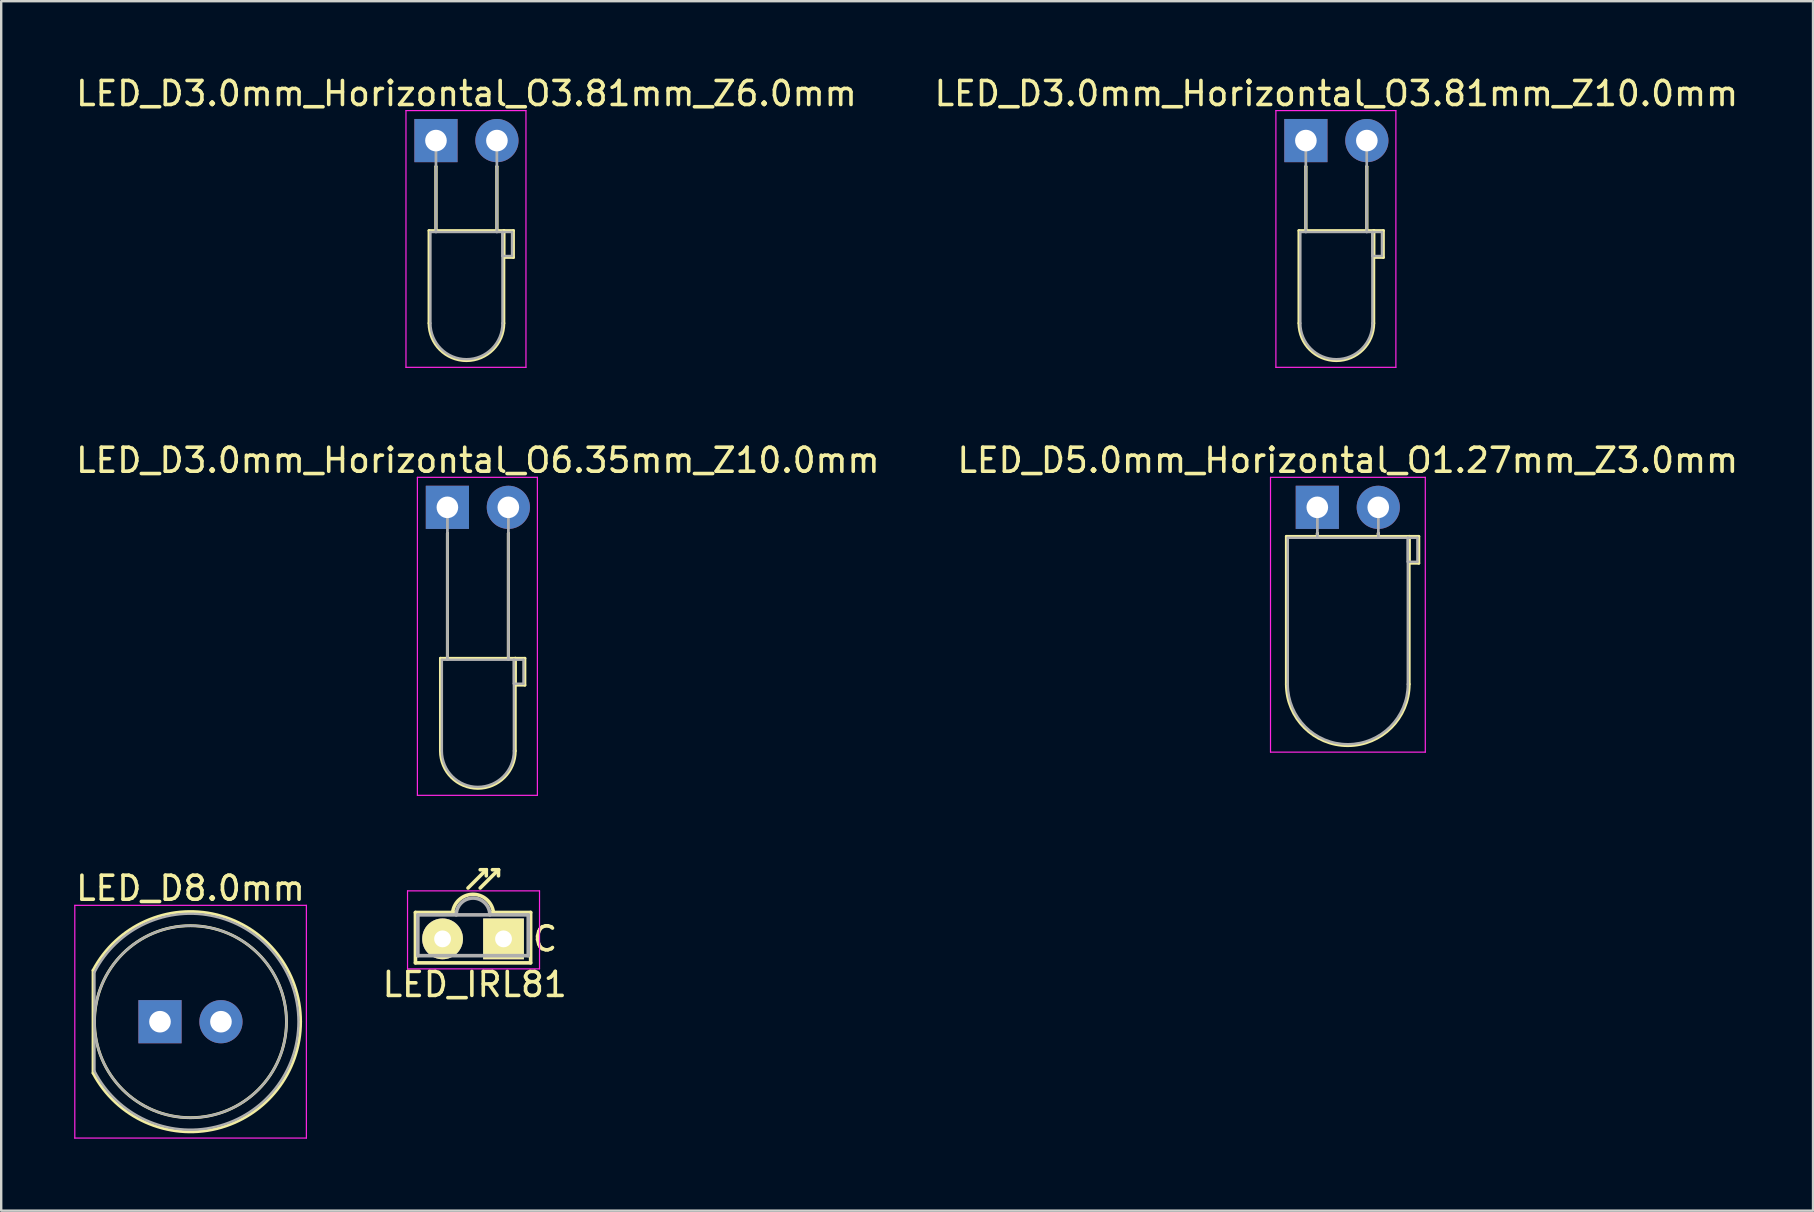
<source format=kicad_pcb>
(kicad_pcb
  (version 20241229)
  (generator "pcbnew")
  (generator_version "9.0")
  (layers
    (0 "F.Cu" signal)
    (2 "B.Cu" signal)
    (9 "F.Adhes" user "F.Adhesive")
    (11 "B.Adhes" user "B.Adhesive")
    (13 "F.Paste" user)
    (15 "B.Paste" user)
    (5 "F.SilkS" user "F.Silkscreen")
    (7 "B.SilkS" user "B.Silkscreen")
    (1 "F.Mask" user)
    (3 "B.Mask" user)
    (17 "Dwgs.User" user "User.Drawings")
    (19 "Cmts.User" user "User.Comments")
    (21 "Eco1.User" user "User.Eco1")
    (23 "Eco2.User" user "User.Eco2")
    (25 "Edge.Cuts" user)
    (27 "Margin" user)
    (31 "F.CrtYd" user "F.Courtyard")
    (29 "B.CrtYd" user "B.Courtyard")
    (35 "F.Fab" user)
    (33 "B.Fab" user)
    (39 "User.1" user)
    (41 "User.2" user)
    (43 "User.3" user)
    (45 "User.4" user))
  (footprint "LED_D3.0mm_Horizontal_O3.81mm_Z10.0mm"
    (layer "F.Cu")
    (at 51.367 2.808)
    (property "Reference" "LED_D3.0mm_Horizontal_O3.81mm_Z10.0mm" (at 1.27 -1.96 0) (layer "F.SilkS") (effects (font (size 1 1) (thickness 0.15))))
    (attr through_hole)
    (fp_line (start -0.29 3.75) (end -0.29 7.61) (stroke (width 0.12) (type solid)) (layer "F.SilkS"))
    (fp_line (start -0.29 3.75) (end 2.83 3.75) (stroke (width 0.12) (type solid)) (layer "F.SilkS"))
    (fp_line (start 0 1.08) (end 0 1.08) (stroke (width 0.12) (type solid)) (layer "F.SilkS"))
    (fp_line (start 0 1.08) (end 0 3.75) (stroke (width 0.12) (type solid)) (layer "F.SilkS"))
    (fp_line (start 0 3.75) (end 0 1.08) (stroke (width 0.12) (type solid)) (layer "F.SilkS"))
    (fp_line (start 0 3.75) (end 0 3.75) (stroke (width 0.12) (type solid)) (layer "F.SilkS"))
    (fp_line (start 2.54 1.08) (end 2.54 1.08) (stroke (width 0.12) (type solid)) (layer "F.SilkS"))
    (fp_line (start 2.54 1.08) (end 2.54 3.75) (stroke (width 0.12) (type solid)) (layer "F.SilkS"))
    (fp_line (start 2.54 3.75) (end 2.54 1.08) (stroke (width 0.12) (type solid)) (layer "F.SilkS"))
    (fp_line (start 2.54 3.75) (end 2.54 3.75) (stroke (width 0.12) (type solid)) (layer "F.SilkS"))
    (fp_line (start 2.83 3.75) (end 2.83 7.61) (stroke (width 0.12) (type solid)) (layer "F.SilkS"))
    (fp_line (start 2.83 3.75) (end 3.23 3.75) (stroke (width 0.12) (type solid)) (layer "F.SilkS"))
    (fp_line (start 2.83 4.87) (end 2.83 3.75) (stroke (width 0.12) (type solid)) (layer "F.SilkS"))
    (fp_line (start 3.23 3.75) (end 3.23 4.87) (stroke (width 0.12) (type solid)) (layer "F.SilkS"))
    (fp_line (start 3.23 4.87) (end 2.83 4.87) (stroke (width 0.12) (type solid)) (layer "F.SilkS"))
    (fp_arc (start 2.83 7.61) (mid 1.27 9.17) (end -0.29 7.61) (stroke (width 0.12) (type solid)) (layer "F.SilkS"))
    (fp_line (start -1.25 -1.25) (end -1.25 9.45) (stroke (width 0.05) (type solid)) (layer "F.CrtYd"))
    (fp_line (start -1.25 9.45) (end 3.75 9.45) (stroke (width 0.05) (type solid)) (layer "F.CrtYd"))
    (fp_line (start 3.75 -1.25) (end -1.25 -1.25) (stroke (width 0.05) (type solid)) (layer "F.CrtYd"))
    (fp_line (start 3.75 9.45) (end 3.75 -1.25) (stroke (width 0.05) (type solid)) (layer "F.CrtYd"))
    (fp_line (start -0.23 3.81) (end -0.23 7.61) (stroke (width 0.1) (type solid)) (layer "F.Fab"))
    (fp_line (start -0.23 3.81) (end 2.77 3.81) (stroke (width 0.1) (type solid)) (layer "F.Fab"))
    (fp_line (start 0 0) (end 0 0) (stroke (width 0.1) (type solid)) (layer "F.Fab"))
    (fp_line (start 0 0) (end 0 3.81) (stroke (width 0.1) (type solid)) (layer "F.Fab"))
    (fp_line (start 0 3.81) (end 0 0) (stroke (width 0.1) (type solid)) (layer "F.Fab"))
    (fp_line (start 0 3.81) (end 0 3.81) (stroke (width 0.1) (type solid)) (layer "F.Fab"))
    (fp_line (start 2.54 0) (end 2.54 0) (stroke (width 0.1) (type solid)) (layer "F.Fab"))
    (fp_line (start 2.54 0) (end 2.54 3.81) (stroke (width 0.1) (type solid)) (layer "F.Fab"))
    (fp_line (start 2.54 3.81) (end 2.54 0) (stroke (width 0.1) (type solid)) (layer "F.Fab"))
    (fp_line (start 2.54 3.81) (end 2.54 3.81) (stroke (width 0.1) (type solid)) (layer "F.Fab"))
    (fp_line (start 2.77 3.81) (end 2.77 7.61) (stroke (width 0.1) (type solid)) (layer "F.Fab"))
    (fp_line (start 2.77 3.81) (end 3.17 3.81) (stroke (width 0.1) (type solid)) (layer "F.Fab"))
    (fp_line (start 2.77 4.81) (end 2.77 3.81) (stroke (width 0.1) (type solid)) (layer "F.Fab"))
    (fp_line (start 3.17 3.81) (end 3.17 4.81) (stroke (width 0.1) (type solid)) (layer "F.Fab"))
    (fp_line (start 3.17 4.81) (end 2.77 4.81) (stroke (width 0.1) (type solid)) (layer "F.Fab"))
    (fp_arc (start 2.77 7.61) (mid 1.27 9.11) (end -0.23 7.61) (stroke (width 0.1) (type solid)) (layer "F.Fab"))
    (pad "1" thru_hole rect (at 0 0) (size 1.8 1.8) (drill 0.9) (layers "*.Cu" "*.Mask"))
    (pad "2" thru_hole circle (at 2.54 0) (size 1.8 1.8) (drill 0.9) (layers "*.Cu" "*.Mask")))
  (footprint "LED_IRL81"
    (layer "F.Cu")
    (at 17.932 36.073)
    (property "Reference" "LED_IRL81" (at -1.2 1.9 0) (layer "F.SilkS") (effects (font (size 1 1) (thickness 0.15))))
    (attr through_hole)
    (fp_line (start -3.67 -1.1) (end -3.67 1) (stroke (width 0.15) (type solid)) (layer "F.SilkS"))
    (fp_line (start -3.67 -1.1) (end -2.07 -1.1) (stroke (width 0.15) (type solid)) (layer "F.SilkS"))
    (fp_line (start -3.67 1) (end 1.13 1) (stroke (width 0.15) (type solid)) (layer "F.SilkS"))
    (fp_line (start -1.48 -2.119) (end -0.718 -2.881) (stroke (width 0.15) (type solid)) (layer "F.SilkS"))
    (fp_line (start -0.972 -2.119) (end -0.21 -2.881) (stroke (width 0.15) (type solid)) (layer "F.SilkS"))
    (fp_line (start -0.718 -2.881) (end -0.972 -2.881) (stroke (width 0.15) (type solid)) (layer "F.SilkS"))
    (fp_line (start -0.718 -2.881) (end -0.718 -2.627) (stroke (width 0.15) (type solid)) (layer "F.SilkS"))
    (fp_line (start -0.21 -2.881) (end -0.464 -2.881) (stroke (width 0.15) (type solid)) (layer "F.SilkS"))
    (fp_line (start -0.21 -2.881) (end -0.21 -2.627) (stroke (width 0.15) (type solid)) (layer "F.SilkS"))
    (fp_line (start 1.13 -1.1) (end -0.47 -1.1) (stroke (width 0.15) (type solid)) (layer "F.SilkS"))
    (fp_line (start 1.13 1) (end 1.13 -1.1) (stroke (width 0.15) (type solid)) (layer "F.SilkS"))
    (fp_arc (start -2.12 -1.1) (mid -1.281803 -1.855781) (end -0.423081 -1.123404) (stroke (width 0.15) (type solid)) (layer "F.SilkS"))
    (fp_line (start -4 -2) (end 1.5 -2) (stroke (width 0.05) (type solid)) (layer "F.CrtYd"))
    (fp_line (start -4 1.25) (end -4 -2) (stroke (width 0.05) (type solid)) (layer "F.CrtYd"))
    (fp_line (start 1.5 -2) (end 1.5 1.25) (stroke (width 0.05) (type solid)) (layer "F.CrtYd"))
    (fp_line (start 1.5 1.25) (end -4 1.25) (stroke (width 0.05) (type solid)) (layer "F.CrtYd"))
    (fp_line (start -3.57 -1) (end -3.57 0.7) (stroke (width 0.15) (type solid)) (layer "F.Fab"))
    (fp_line (start -3.57 0.7) (end 1.03 0.7) (stroke (width 0.15) (type solid)) (layer "F.Fab"))
    (fp_line (start 1.03 -1) (end -3.57 -1) (stroke (width 0.15) (type solid)) (layer "F.Fab"))
    (fp_line (start 1.03 0.7) (end 1.03 -1) (stroke (width 0.15) (type solid)) (layer "F.Fab"))
    (fp_arc (start -1.97 -1) (mid -1.27 -1.7) (end -0.57 -1) (stroke (width 0.15) (type solid)) (layer "F.Fab"))
    (fp_text user "C" (at 1.73 0 0) (layer "F.SilkS") (effects (font (size 1 1) (thickness 0.15))))
    (pad "1" thru_hole rect (at 0 0 180) (size 1.699 1.699) (drill 0.701) (layers "*.Cu" "*.Mask" "F.SilkS"))
    (pad "2" thru_hole circle (at -2.54 0 180) (size 1.699 1.699) (drill 0.701) (layers "*.Cu" "*.Mask" "F.SilkS")))
  (footprint "LED_D8.0mm"
    (layer "F.Cu")
    (at 3.617 39.525)
    (property "Reference" "LED_D8.0mm" (at 1.27 -5.56 0) (layer "F.SilkS") (effects (font (size 1 1) (thickness 0.15))))
    (attr through_hole)
    (fp_line (start -2.79 -2.142) (end -2.79 2.142) (stroke (width 0.12) (type solid)) (layer "F.SilkS"))
    (fp_arc (start -2.79 -2.141145) (mid 2.373119 -4.455472) (end 5.86 0.000486) (stroke (width 0.12) (type solid)) (layer "F.SilkS"))
    (fp_arc (start 5.86 -0.000486) (mid 2.373119 4.455472) (end -2.79 2.141145) (stroke (width 0.12) (type solid)) (layer "F.SilkS"))
    (fp_circle (center 1.27 0) (end 5.27 0) (stroke (width 0.12) (type solid)) (fill no) (layer "F.SilkS"))
    (fp_line (start -3.55 -4.85) (end -3.55 4.85) (stroke (width 0.05) (type solid)) (layer "F.CrtYd"))
    (fp_line (start -3.55 4.85) (end 6.1 4.85) (stroke (width 0.05) (type solid)) (layer "F.CrtYd"))
    (fp_line (start 6.1 -4.85) (end -3.55 -4.85) (stroke (width 0.05) (type solid)) (layer "F.CrtYd"))
    (fp_line (start 6.1 4.85) (end 6.1 -4.85) (stroke (width 0.05) (type solid)) (layer "F.CrtYd"))
    (fp_line (start -2.73 -2.062) (end -2.73 2.062) (stroke (width 0.1) (type solid)) (layer "F.Fab"))
    (fp_arc (start -2.73 -2.061553) (mid 5.77 0.00126) (end -2.731154 2.059312) (stroke (width 0.1) (type solid)) (layer "F.Fab"))
    (fp_circle (center 1.27 0) (end 5.27 0) (stroke (width 0.1) (type solid)) (fill no) (layer "F.Fab"))
    (pad "1" thru_hole rect (at 0 0) (size 1.8 1.8) (drill 0.9) (layers "*.Cu" "*.Mask"))
    (pad "2" thru_hole circle (at 2.54 0) (size 1.8 1.8) (drill 0.9) (layers "*.Cu" "*.Mask")))
  (footprint "LED_D5.0mm_Horizontal_O1.27mm_Z3.0mm"
    (layer "F.Cu")
    (at 51.843 18.091)
    (property "Reference" "LED_D5.0mm_Horizontal_O1.27mm_Z3.0mm" (at 1.27 -1.96 0) (layer "F.SilkS") (effects (font (size 1 1) (thickness 0.15))))
    (attr through_hole)
    (fp_line (start -1.29 1.21) (end -1.29 7.37) (stroke (width 0.12) (type solid)) (layer "F.SilkS"))
    (fp_line (start -1.29 1.21) (end 3.83 1.21) (stroke (width 0.12) (type solid)) (layer "F.SilkS"))
    (fp_line (start 0 1.08) (end 0 1.08) (stroke (width 0.12) (type solid)) (layer "F.SilkS"))
    (fp_line (start 0 1.08) (end 0 1.21) (stroke (width 0.12) (type solid)) (layer "F.SilkS"))
    (fp_line (start 0 1.21) (end 0 1.08) (stroke (width 0.12) (type solid)) (layer "F.SilkS"))
    (fp_line (start 0 1.21) (end 0 1.21) (stroke (width 0.12) (type solid)) (layer "F.SilkS"))
    (fp_line (start 2.54 1.08) (end 2.54 1.08) (stroke (width 0.12) (type solid)) (layer "F.SilkS"))
    (fp_line (start 2.54 1.08) (end 2.54 1.21) (stroke (width 0.12) (type solid)) (layer "F.SilkS"))
    (fp_line (start 2.54 1.21) (end 2.54 1.08) (stroke (width 0.12) (type solid)) (layer "F.SilkS"))
    (fp_line (start 2.54 1.21) (end 2.54 1.21) (stroke (width 0.12) (type solid)) (layer "F.SilkS"))
    (fp_line (start 3.83 1.21) (end 3.83 7.37) (stroke (width 0.12) (type solid)) (layer "F.SilkS"))
    (fp_line (start 3.83 1.21) (end 4.23 1.21) (stroke (width 0.12) (type solid)) (layer "F.SilkS"))
    (fp_line (start 3.83 2.33) (end 3.83 1.21) (stroke (width 0.12) (type solid)) (layer "F.SilkS"))
    (fp_line (start 4.23 1.21) (end 4.23 2.33) (stroke (width 0.12) (type solid)) (layer "F.SilkS"))
    (fp_line (start 4.23 2.33) (end 3.83 2.33) (stroke (width 0.12) (type solid)) (layer "F.SilkS"))
    (fp_arc (start 3.83 7.37) (mid 1.27 9.93) (end -1.29 7.37) (stroke (width 0.12) (type solid)) (layer "F.SilkS"))
    (fp_line (start -1.95 -1.25) (end -1.95 10.2) (stroke (width 0.05) (type solid)) (layer "F.CrtYd"))
    (fp_line (start -1.95 10.2) (end 4.5 10.2) (stroke (width 0.05) (type solid)) (layer "F.CrtYd"))
    (fp_line (start 4.5 -1.25) (end -1.95 -1.25) (stroke (width 0.05) (type solid)) (layer "F.CrtYd"))
    (fp_line (start 4.5 10.2) (end 4.5 -1.25) (stroke (width 0.05) (type solid)) (layer "F.CrtYd"))
    (fp_line (start -1.23 1.27) (end -1.23 7.37) (stroke (width 0.1) (type solid)) (layer "F.Fab"))
    (fp_line (start -1.23 1.27) (end 3.77 1.27) (stroke (width 0.1) (type solid)) (layer "F.Fab"))
    (fp_line (start 0 0) (end 0 0) (stroke (width 0.1) (type solid)) (layer "F.Fab"))
    (fp_line (start 0 0) (end 0 1.27) (stroke (width 0.1) (type solid)) (layer "F.Fab"))
    (fp_line (start 0 1.27) (end 0 0) (stroke (width 0.1) (type solid)) (layer "F.Fab"))
    (fp_line (start 0 1.27) (end 0 1.27) (stroke (width 0.1) (type solid)) (layer "F.Fab"))
    (fp_line (start 2.54 0) (end 2.54 0) (stroke (width 0.1) (type solid)) (layer "F.Fab"))
    (fp_line (start 2.54 0) (end 2.54 1.27) (stroke (width 0.1) (type solid)) (layer "F.Fab"))
    (fp_line (start 2.54 1.27) (end 2.54 0) (stroke (width 0.1) (type solid)) (layer "F.Fab"))
    (fp_line (start 2.54 1.27) (end 2.54 1.27) (stroke (width 0.1) (type solid)) (layer "F.Fab"))
    (fp_line (start 3.77 1.27) (end 3.77 7.37) (stroke (width 0.1) (type solid)) (layer "F.Fab"))
    (fp_line (start 3.77 1.27) (end 4.17 1.27) (stroke (width 0.1) (type solid)) (layer "F.Fab"))
    (fp_line (start 3.77 2.27) (end 3.77 1.27) (stroke (width 0.1) (type solid)) (layer "F.Fab"))
    (fp_line (start 4.17 1.27) (end 4.17 2.27) (stroke (width 0.1) (type solid)) (layer "F.Fab"))
    (fp_line (start 4.17 2.27) (end 3.77 2.27) (stroke (width 0.1) (type solid)) (layer "F.Fab"))
    (fp_arc (start 3.77 7.37) (mid 1.27 9.87) (end -1.23 7.37) (stroke (width 0.1) (type solid)) (layer "F.Fab"))
    (pad "1" thru_hole rect (at 0 0) (size 1.8 1.8) (drill 0.9) (layers "*.Cu" "*.Mask"))
    (pad "2" thru_hole circle (at 2.54 0) (size 1.8 1.8) (drill 0.9) (layers "*.Cu" "*.Mask")))
  (footprint "LED_D3.0mm_Horizontal_O3.81mm_Z6.0mm"
    (layer "F.Cu")
    (at 15.117 2.808)
    (property "Reference" "LED_D3.0mm_Horizontal_O3.81mm_Z6.0mm" (at 1.27 -1.96 0) (layer "F.SilkS") (effects (font (size 1 1) (thickness 0.15))))
    (attr through_hole)
    (fp_line (start -0.29 3.75) (end -0.29 7.61) (stroke (width 0.12) (type solid)) (layer "F.SilkS"))
    (fp_line (start -0.29 3.75) (end 2.83 3.75) (stroke (width 0.12) (type solid)) (layer "F.SilkS"))
    (fp_line (start 0 1.08) (end 0 1.08) (stroke (width 0.12) (type solid)) (layer "F.SilkS"))
    (fp_line (start 0 1.08) (end 0 3.75) (stroke (width 0.12) (type solid)) (layer "F.SilkS"))
    (fp_line (start 0 3.75) (end 0 1.08) (stroke (width 0.12) (type solid)) (layer "F.SilkS"))
    (fp_line (start 0 3.75) (end 0 3.75) (stroke (width 0.12) (type solid)) (layer "F.SilkS"))
    (fp_line (start 2.54 1.08) (end 2.54 1.08) (stroke (width 0.12) (type solid)) (layer "F.SilkS"))
    (fp_line (start 2.54 1.08) (end 2.54 3.75) (stroke (width 0.12) (type solid)) (layer "F.SilkS"))
    (fp_line (start 2.54 3.75) (end 2.54 1.08) (stroke (width 0.12) (type solid)) (layer "F.SilkS"))
    (fp_line (start 2.54 3.75) (end 2.54 3.75) (stroke (width 0.12) (type solid)) (layer "F.SilkS"))
    (fp_line (start 2.83 3.75) (end 2.83 7.61) (stroke (width 0.12) (type solid)) (layer "F.SilkS"))
    (fp_line (start 2.83 3.75) (end 3.23 3.75) (stroke (width 0.12) (type solid)) (layer "F.SilkS"))
    (fp_line (start 2.83 4.87) (end 2.83 3.75) (stroke (width 0.12) (type solid)) (layer "F.SilkS"))
    (fp_line (start 3.23 3.75) (end 3.23 4.87) (stroke (width 0.12) (type solid)) (layer "F.SilkS"))
    (fp_line (start 3.23 4.87) (end 2.83 4.87) (stroke (width 0.12) (type solid)) (layer "F.SilkS"))
    (fp_arc (start 2.83 7.61) (mid 1.27 9.17) (end -0.29 7.61) (stroke (width 0.12) (type solid)) (layer "F.SilkS"))
    (fp_line (start -1.25 -1.25) (end -1.25 9.45) (stroke (width 0.05) (type solid)) (layer "F.CrtYd"))
    (fp_line (start -1.25 9.45) (end 3.75 9.45) (stroke (width 0.05) (type solid)) (layer "F.CrtYd"))
    (fp_line (start 3.75 -1.25) (end -1.25 -1.25) (stroke (width 0.05) (type solid)) (layer "F.CrtYd"))
    (fp_line (start 3.75 9.45) (end 3.75 -1.25) (stroke (width 0.05) (type solid)) (layer "F.CrtYd"))
    (fp_line (start -0.23 3.81) (end -0.23 7.61) (stroke (width 0.1) (type solid)) (layer "F.Fab"))
    (fp_line (start -0.23 3.81) (end 2.77 3.81) (stroke (width 0.1) (type solid)) (layer "F.Fab"))
    (fp_line (start 0 0) (end 0 0) (stroke (width 0.1) (type solid)) (layer "F.Fab"))
    (fp_line (start 0 0) (end 0 3.81) (stroke (width 0.1) (type solid)) (layer "F.Fab"))
    (fp_line (start 0 3.81) (end 0 0) (stroke (width 0.1) (type solid)) (layer "F.Fab"))
    (fp_line (start 0 3.81) (end 0 3.81) (stroke (width 0.1) (type solid)) (layer "F.Fab"))
    (fp_line (start 2.54 0) (end 2.54 0) (stroke (width 0.1) (type solid)) (layer "F.Fab"))
    (fp_line (start 2.54 0) (end 2.54 3.81) (stroke (width 0.1) (type solid)) (layer "F.Fab"))
    (fp_line (start 2.54 3.81) (end 2.54 0) (stroke (width 0.1) (type solid)) (layer "F.Fab"))
    (fp_line (start 2.54 3.81) (end 2.54 3.81) (stroke (width 0.1) (type solid)) (layer "F.Fab"))
    (fp_line (start 2.77 3.81) (end 2.77 7.61) (stroke (width 0.1) (type solid)) (layer "F.Fab"))
    (fp_line (start 2.77 3.81) (end 3.17 3.81) (stroke (width 0.1) (type solid)) (layer "F.Fab"))
    (fp_line (start 2.77 4.81) (end 2.77 3.81) (stroke (width 0.1) (type solid)) (layer "F.Fab"))
    (fp_line (start 3.17 3.81) (end 3.17 4.81) (stroke (width 0.1) (type solid)) (layer "F.Fab"))
    (fp_line (start 3.17 4.81) (end 2.77 4.81) (stroke (width 0.1) (type solid)) (layer "F.Fab"))
    (fp_arc (start 2.77 7.61) (mid 1.27 9.11) (end -0.23 7.61) (stroke (width 0.1) (type solid)) (layer "F.Fab"))
    (pad "1" thru_hole rect (at 0 0) (size 1.8 1.8) (drill 0.9) (layers "*.Cu" "*.Mask"))
    (pad "2" thru_hole circle (at 2.54 0) (size 1.8 1.8) (drill 0.9) (layers "*.Cu" "*.Mask")))
  (footprint "LED_D3.0mm_Horizontal_O6.35mm_Z10.0mm"
    (layer "F.Cu")
    (at 15.593 18.091)
    (property "Reference" "LED_D3.0mm_Horizontal_O6.35mm_Z10.0mm" (at 1.27 -1.96 0) (layer "F.SilkS") (effects (font (size 1 1) (thickness 0.15))))
    (attr through_hole)
    (fp_line (start -0.29 6.29) (end -0.29 10.15) (stroke (width 0.12) (type solid)) (layer "F.SilkS"))
    (fp_line (start -0.29 6.29) (end 2.83 6.29) (stroke (width 0.12) (type solid)) (layer "F.SilkS"))
    (fp_line (start 0 1.08) (end 0 1.08) (stroke (width 0.12) (type solid)) (layer "F.SilkS"))
    (fp_line (start 0 1.08) (end 0 6.29) (stroke (width 0.12) (type solid)) (layer "F.SilkS"))
    (fp_line (start 0 6.29) (end 0 1.08) (stroke (width 0.12) (type solid)) (layer "F.SilkS"))
    (fp_line (start 0 6.29) (end 0 6.29) (stroke (width 0.12) (type solid)) (layer "F.SilkS"))
    (fp_line (start 2.54 1.08) (end 2.54 1.08) (stroke (width 0.12) (type solid)) (layer "F.SilkS"))
    (fp_line (start 2.54 1.08) (end 2.54 6.29) (stroke (width 0.12) (type solid)) (layer "F.SilkS"))
    (fp_line (start 2.54 6.29) (end 2.54 1.08) (stroke (width 0.12) (type solid)) (layer "F.SilkS"))
    (fp_line (start 2.54 6.29) (end 2.54 6.29) (stroke (width 0.12) (type solid)) (layer "F.SilkS"))
    (fp_line (start 2.83 6.29) (end 2.83 10.15) (stroke (width 0.12) (type solid)) (layer "F.SilkS"))
    (fp_line (start 2.83 6.29) (end 3.23 6.29) (stroke (width 0.12) (type solid)) (layer "F.SilkS"))
    (fp_line (start 2.83 7.41) (end 2.83 6.29) (stroke (width 0.12) (type solid)) (layer "F.SilkS"))
    (fp_line (start 3.23 6.29) (end 3.23 7.41) (stroke (width 0.12) (type solid)) (layer "F.SilkS"))
    (fp_line (start 3.23 7.41) (end 2.83 7.41) (stroke (width 0.12) (type solid)) (layer "F.SilkS"))
    (fp_arc (start 2.83 10.15) (mid 1.27 11.71) (end -0.29 10.15) (stroke (width 0.12) (type solid)) (layer "F.SilkS"))
    (fp_line (start -1.25 -1.25) (end -1.25 12) (stroke (width 0.05) (type solid)) (layer "F.CrtYd"))
    (fp_line (start -1.25 12) (end 3.75 12) (stroke (width 0.05) (type solid)) (layer "F.CrtYd"))
    (fp_line (start 3.75 -1.25) (end -1.25 -1.25) (stroke (width 0.05) (type solid)) (layer "F.CrtYd"))
    (fp_line (start 3.75 12) (end 3.75 -1.25) (stroke (width 0.05) (type solid)) (layer "F.CrtYd"))
    (fp_line (start -0.23 6.35) (end -0.23 10.15) (stroke (width 0.1) (type solid)) (layer "F.Fab"))
    (fp_line (start -0.23 6.35) (end 2.77 6.35) (stroke (width 0.1) (type solid)) (layer "F.Fab"))
    (fp_line (start 0 0) (end 0 0) (stroke (width 0.1) (type solid)) (layer "F.Fab"))
    (fp_line (start 0 0) (end 0 6.35) (stroke (width 0.1) (type solid)) (layer "F.Fab"))
    (fp_line (start 0 6.35) (end 0 0) (stroke (width 0.1) (type solid)) (layer "F.Fab"))
    (fp_line (start 0 6.35) (end 0 6.35) (stroke (width 0.1) (type solid)) (layer "F.Fab"))
    (fp_line (start 2.54 0) (end 2.54 0) (stroke (width 0.1) (type solid)) (layer "F.Fab"))
    (fp_line (start 2.54 0) (end 2.54 6.35) (stroke (width 0.1) (type solid)) (layer "F.Fab"))
    (fp_line (start 2.54 6.35) (end 2.54 0) (stroke (width 0.1) (type solid)) (layer "F.Fab"))
    (fp_line (start 2.54 6.35) (end 2.54 6.35) (stroke (width 0.1) (type solid)) (layer "F.Fab"))
    (fp_line (start 2.77 6.35) (end 2.77 10.15) (stroke (width 0.1) (type solid)) (layer "F.Fab"))
    (fp_line (start 2.77 6.35) (end 3.17 6.35) (stroke (width 0.1) (type solid)) (layer "F.Fab"))
    (fp_line (start 2.77 7.35) (end 2.77 6.35) (stroke (width 0.1) (type solid)) (layer "F.Fab"))
    (fp_line (start 3.17 6.35) (end 3.17 7.35) (stroke (width 0.1) (type solid)) (layer "F.Fab"))
    (fp_line (start 3.17 7.35) (end 2.77 7.35) (stroke (width 0.1) (type solid)) (layer "F.Fab"))
    (fp_arc (start 2.77 10.15) (mid 1.27 11.65) (end -0.23 10.15) (stroke (width 0.1) (type solid)) (layer "F.Fab"))
    (pad "1" thru_hole rect (at 0 0) (size 1.8 1.8) (drill 0.9) (layers "*.Cu" "*.Mask"))
    (pad "2" thru_hole circle (at 2.54 0) (size 1.8 1.8) (drill 0.9) (layers "*.Cu" "*.Mask")))
  (gr_rect
    (start -3 -3)
    (end 72.5 47.4)
    (stroke (width 0.1) (type default))
    (fill no)
    (layer "Edge.Cuts")))
</source>
